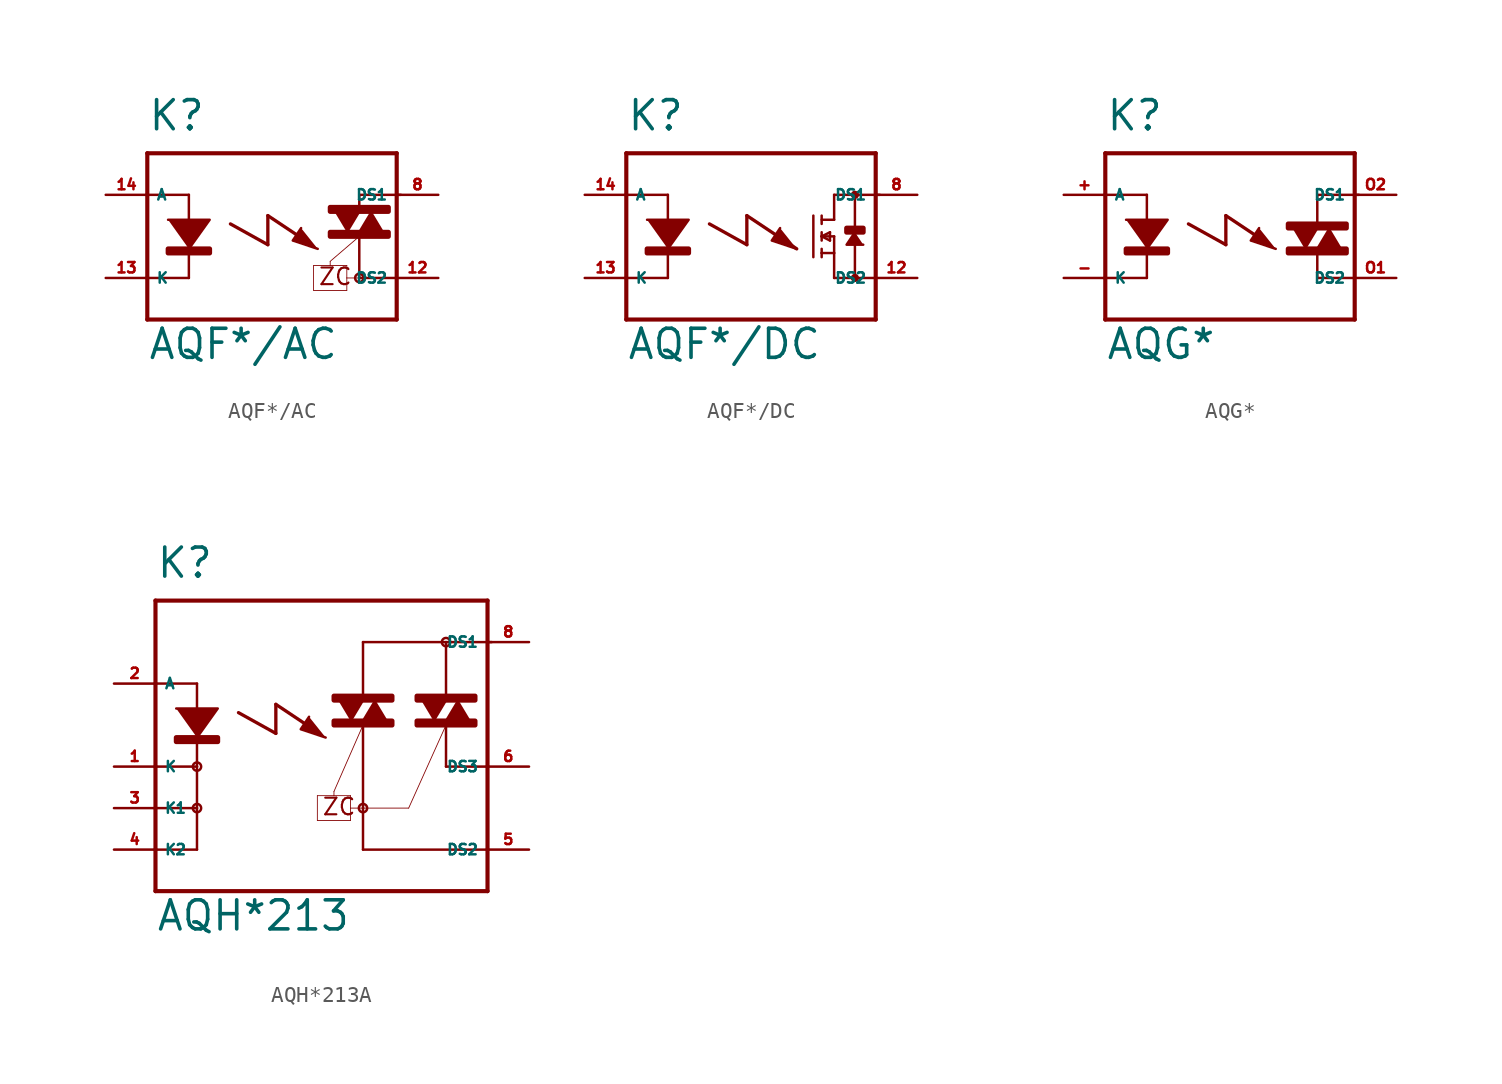
<source format=kicad_sym>
(kicad_symbol_lib
  (version 20220914)
  (generator Eagle2Kicad)
  (symbol "AQF*/AC"
    (property "Reference" "K"
      (at -7.62 6.35 0)
      (effects (font (size 1.778 1.778) (thickness 0.22)) (justify left bottom)))
    (property "Value" "AQF*/AC"
      (at -7.62 -7.62 0)
      (effects (font (size 1.778 1.778) (thickness 0.22)) (justify left bottom)))
    (polyline
      (pts (xy -6.35 1.016) (xy -3.81 1.016) (xy -5.08 -0.762))
      (stroke (width 0.152) (type default))
      (fill (type outline)))
    (polyline
      (pts (xy 6.096 1.524) (xy 5.334 0.254) (xy 6.858 0.254))
      (stroke (width 0.152) (type default))
      (fill (type outline)))
    (polyline
      (pts (xy 1.778 0.508) (xy 1.27 -0.254) (xy 2.794 -0.762))
      (stroke (width 0.152) (type default))
      (fill (type outline)))
    (polyline
      (pts (xy 4.572 0.254) (xy 5.334 1.524) (xy 3.81 1.524))
      (stroke (width 0.152) (type default))
      (fill (type outline)))
    (polyline
      (pts (xy -5.08 2.54) (xy -5.08 -2.54))
      (stroke (width 0.152) (type default))
      (fill (type none)))
    (polyline
      (pts (xy -7.62 5.08) (xy -7.62 2.54))
      (stroke (width 0.254) (type default))
      (fill (type none)))
    (polyline
      (pts (xy -7.62 2.54) (xy -7.62 -2.54))
      (stroke (width 0.254) (type default))
      (fill (type none)))
    (polyline
      (pts (xy -7.62 -2.54) (xy -7.62 -5.08))
      (stroke (width 0.254) (type default))
      (fill (type none)))
    (polyline
      (pts (xy -7.62 -5.08) (xy 7.62 -5.08))
      (stroke (width 0.254) (type default))
      (fill (type none)))
    (polyline
      (pts (xy 5.334 2.54) (xy 7.874 2.54))
      (stroke (width 0.152) (type default))
      (fill (type none)))
    (polyline
      (pts (xy 5.334 -2.54) (xy 7.62 -2.54))
      (stroke (width 0.152) (type default))
      (fill (type none)))
    (polyline
      (pts (xy 7.62 -5.08) (xy 7.62 5.08))
      (stroke (width 0.254) (type default))
      (fill (type none)))
    (polyline
      (pts (xy 7.62 5.08) (xy -7.62 5.08))
      (stroke (width 0.254) (type default))
      (fill (type none)))
    (polyline
      (pts (xy 5.334 2.54) (xy 5.334 1.778))
      (stroke (width 0.152) (type default))
      (fill (type none)))
    (polyline
      (pts (xy 5.334 0) (xy 5.334 -2.54))
      (stroke (width 0.152) (type default))
      (fill (type none)))
    (polyline
      (pts (xy -5.08 2.54) (xy -7.62 2.54))
      (stroke (width 0.152) (type default))
      (fill (type none)))
    (polyline
      (pts (xy -5.08 -2.54) (xy -7.62 -2.54))
      (stroke (width 0.152) (type default))
      (fill (type none)))
    (polyline
      (pts (xy -2.54 0.762) (xy -0.254 -0.508))
      (stroke (width 0.203) (type default))
      (fill (type none)))
    (polyline
      (pts (xy -0.254 -0.508) (xy -0.254 1.27))
      (stroke (width 0.203) (type default))
      (fill (type none)))
    (polyline
      (pts (xy -0.254 1.27) (xy 1.651 0))
      (stroke (width 0.203) (type default))
      (fill (type none)))
    (polyline
      (pts (xy 5.334 0) (xy 3.556 -1.524))
      (stroke (width 0.051) (type default))
      (fill (type none)))
    (polyline
      (pts (xy 3.556 -1.524) (xy 3.556 -1.778))
      (stroke (width 0.051) (type default))
      (fill (type none)))
    (polyline
      (pts (xy 3.556 -1.778) (xy 2.54 -1.778))
      (stroke (width 0.051) (type default))
      (fill (type none)))
    (polyline
      (pts (xy 2.54 -1.778) (xy 2.54 -3.302))
      (stroke (width 0.051) (type default))
      (fill (type none)))
    (polyline
      (pts (xy 2.54 -3.302) (xy 4.572 -3.302))
      (stroke (width 0.051) (type default))
      (fill (type none)))
    (polyline
      (pts (xy 4.572 -3.302) (xy 4.572 -2.54))
      (stroke (width 0.051) (type default))
      (fill (type none)))
    (polyline
      (pts (xy 4.572 -2.54) (xy 4.572 -1.778))
      (stroke (width 0.051) (type default))
      (fill (type none)))
    (polyline
      (pts (xy 4.572 -1.778) (xy 3.556 -1.778))
      (stroke (width 0.051) (type default))
      (fill (type none)))
    (polyline
      (pts (xy 4.572 -2.54) (xy 5.334 -2.54))
      (stroke (width 0.051) (type default))
      (fill (type none)))
    (text "ZC"
      (at 2.794 -3.048 0)
      (effects (font (size 1.016 1.016) (thickness 0.13)) (justify left bottom)))
    (circle
      (center 5.334 -2.54)
      (radius 0.254)
      (stroke (width 0) (type default))
      (fill (type none)))
    (rectangle
      (start -6.35 -1.016)
      (end -3.81 -0.762)
      (stroke (width 0.3) (type default))
      (fill (type outline)))
    (rectangle
      (start 3.556 1.524)
      (end 7.112 1.778)
      (stroke (width 0.3) (type default))
      (fill (type outline)))
    (rectangle
      (start 3.556 0)
      (end 7.112 0.254)
      (stroke (width 0.3) (type default))
      (fill (type outline)))
    (pin passive line
      (at -10.16 2.54 0)
      (length 2.54)
      (name "A" (effects (font (size 0.635 0.635) (thickness 0.08)) (justify left bottom)))
      (number "14" (effects (font (size 0.635 0.635) (thickness 0.08)) (justify left bottom))))
    (pin passive line
      (at -10.16 -2.54 0)
      (length 2.54)
      (name "K" (effects (font (size 0.635 0.635) (thickness 0.08)) (justify left bottom)))
      (number "13" (effects (font (size 0.635 0.635) (thickness 0.08)) (justify left bottom))))
    (pin passive line
      (at 10.16 2.54 180)
      (length 2.54)
      (name "DS1" (effects (font (size 0.635 0.635) (thickness 0.08)) (justify left bottom)))
      (number "8" (effects (font (size 0.635 0.635) (thickness 0.08)) (justify left bottom))))
    (pin passive line
      (at 10.16 -2.54 180)
      (length 2.54)
      (name "DS2" (effects (font (size 0.635 0.635) (thickness 0.08)) (justify left bottom)))
      (number "12" (effects (font (size 0.635 0.635) (thickness 0.08)) (justify left bottom)))))
  (symbol "AQF*/DC"
    (property "Reference" "K"
      (at -7.62 6.35 0)
      (effects (font (size 1.778 1.778) (thickness 0.22)) (justify left bottom)))
    (property "Value" "AQF*/DC"
      (at -7.62 -7.62 0)
      (effects (font (size 1.778 1.778) (thickness 0.22)) (justify left bottom)))
    (polyline
      (pts (xy -6.35 1.016) (xy -3.81 1.016) (xy -5.08 -0.762))
      (stroke (width 0.152) (type default))
      (fill (type outline)))
    (polyline
      (pts (xy 6.35 0.254) (xy 5.842 -0.508) (xy 6.858 -0.508))
      (stroke (width 0.152) (type default))
      (fill (type outline)))
    (polyline
      (pts (xy 1.778 0.508) (xy 1.27 -0.254) (xy 2.794 -0.762))
      (stroke (width 0.152) (type default))
      (fill (type outline)))
    (polyline
      (pts (xy -5.08 2.54) (xy -5.08 -2.54))
      (stroke (width 0.152) (type default))
      (fill (type none)))
    (polyline
      (pts (xy 5.08 2.54) (xy 5.08 1.016))
      (stroke (width 0.152) (type default))
      (fill (type none)))
    (polyline
      (pts (xy 5.08 1.016) (xy 4.318 1.016))
      (stroke (width 0.152) (type default))
      (fill (type none)))
    (polyline
      (pts (xy 4.318 1.27) (xy 4.318 0.762))
      (stroke (width 0.152) (type default))
      (fill (type none)))
    (polyline
      (pts (xy 4.318 0.254) (xy 4.318 0))
      (stroke (width 0.152) (type default))
      (fill (type none)))
    (polyline
      (pts (xy 4.318 0) (xy 4.318 -0.254))
      (stroke (width 0.152) (type default))
      (fill (type none)))
    (polyline
      (pts (xy 4.318 -0.762) (xy 4.318 -1.016))
      (stroke (width 0.152) (type default))
      (fill (type none)))
    (polyline
      (pts (xy 4.318 -1.016) (xy 4.318 -1.27))
      (stroke (width 0.152) (type default))
      (fill (type none)))
    (polyline
      (pts (xy 4.318 0) (xy 5.08 0))
      (stroke (width 0.152) (type default))
      (fill (type none)))
    (polyline
      (pts (xy 4.826 0.254) (xy 4.318 0))
      (stroke (width 0.152) (type default))
      (fill (type none)))
    (polyline
      (pts (xy 4.318 0) (xy 4.826 -0.254))
      (stroke (width 0.152) (type default))
      (fill (type none)))
    (polyline
      (pts (xy 4.826 -0.254) (xy 4.826 0.254))
      (stroke (width 0.152) (type default))
      (fill (type none)))
    (polyline
      (pts (xy 4.318 -1.016) (xy 5.08 -1.016))
      (stroke (width 0.152) (type default))
      (fill (type none)))
    (polyline
      (pts (xy 5.08 -1.016) (xy 5.08 0))
      (stroke (width 0.152) (type default))
      (fill (type none)))
    (polyline
      (pts (xy 3.81 1.27) (xy 3.81 -1.27))
      (stroke (width 0.152) (type default))
      (fill (type none)))
    (polyline
      (pts (xy 5.08 -1.016) (xy 5.08 -2.54))
      (stroke (width 0.152) (type default))
      (fill (type none)))
    (polyline
      (pts (xy -7.62 5.08) (xy -7.62 2.54))
      (stroke (width 0.254) (type default))
      (fill (type none)))
    (polyline
      (pts (xy -7.62 2.54) (xy -7.62 -2.54))
      (stroke (width 0.254) (type default))
      (fill (type none)))
    (polyline
      (pts (xy -7.62 -2.54) (xy -7.62 -5.08))
      (stroke (width 0.254) (type default))
      (fill (type none)))
    (polyline
      (pts (xy -7.62 -5.08) (xy 7.62 -5.08))
      (stroke (width 0.254) (type default))
      (fill (type none)))
    (polyline
      (pts (xy 5.08 2.54) (xy 6.35 2.54))
      (stroke (width 0.152) (type default))
      (fill (type none)))
    (polyline
      (pts (xy 6.35 2.54) (xy 7.874 2.54))
      (stroke (width 0.152) (type default))
      (fill (type none)))
    (polyline
      (pts (xy 5.08 -2.54) (xy 6.35 -2.54))
      (stroke (width 0.152) (type default))
      (fill (type none)))
    (polyline
      (pts (xy 6.35 -2.54) (xy 7.62 -2.54))
      (stroke (width 0.152) (type default))
      (fill (type none)))
    (polyline
      (pts (xy 7.62 -5.08) (xy 7.62 5.08))
      (stroke (width 0.254) (type default))
      (fill (type none)))
    (polyline
      (pts (xy 7.62 5.08) (xy -7.62 5.08))
      (stroke (width 0.254) (type default))
      (fill (type none)))
    (polyline
      (pts (xy 6.35 2.54) (xy 6.35 -2.54))
      (stroke (width 0.152) (type default))
      (fill (type none)))
    (polyline
      (pts (xy -5.08 2.54) (xy -7.62 2.54))
      (stroke (width 0.152) (type default))
      (fill (type none)))
    (polyline
      (pts (xy -5.08 -2.54) (xy -7.62 -2.54))
      (stroke (width 0.152) (type default))
      (fill (type none)))
    (polyline
      (pts (xy -2.54 0.762) (xy -0.254 -0.508))
      (stroke (width 0.203) (type default))
      (fill (type none)))
    (polyline
      (pts (xy -0.254 -0.508) (xy -0.254 1.27))
      (stroke (width 0.203) (type default))
      (fill (type none)))
    (polyline
      (pts (xy -0.254 1.27) (xy 2.794 -0.762))
      (stroke (width 0.203) (type default))
      (fill (type none)))
    (circle
      (center 6.35 2.54)
      (radius 0.127)
      (stroke (width 0.254) (type default))
      (fill (type none)))
    (circle
      (center 6.35 -2.54)
      (radius 0.127)
      (stroke (width 0.254) (type default))
      (fill (type none)))
    (rectangle
      (start 5.842 0.254)
      (end 6.858 0.508)
      (stroke (width 0.3) (type default))
      (fill (type outline)))
    (rectangle
      (start -6.35 -1.016)
      (end -3.81 -0.762)
      (stroke (width 0.3) (type default))
      (fill (type outline)))
    (pin passive line
      (at -10.16 2.54 0)
      (length 2.54)
      (name "A" (effects (font (size 0.635 0.635) (thickness 0.08)) (justify left bottom)))
      (number "14" (effects (font (size 0.635 0.635) (thickness 0.08)) (justify left bottom))))
    (pin passive line
      (at -10.16 -2.54 0)
      (length 2.54)
      (name "K" (effects (font (size 0.635 0.635) (thickness 0.08)) (justify left bottom)))
      (number "13" (effects (font (size 0.635 0.635) (thickness 0.08)) (justify left bottom))))
    (pin passive line
      (at 10.16 2.54 180)
      (length 2.54)
      (name "DS1" (effects (font (size 0.635 0.635) (thickness 0.08)) (justify left bottom)))
      (number "8" (effects (font (size 0.635 0.635) (thickness 0.08)) (justify left bottom))))
    (pin passive line
      (at 10.16 -2.54 180)
      (length 2.54)
      (name "DS2" (effects (font (size 0.635 0.635) (thickness 0.08)) (justify left bottom)))
      (number "12" (effects (font (size 0.635 0.635) (thickness 0.08)) (justify left bottom)))))
  (symbol "AQG*"
    (property "Reference" "K"
      (at -7.62 6.35 0)
      (effects (font (size 1.778 1.778) (thickness 0.22)) (justify left bottom)))
    (property "Value" "AQG*"
      (at -7.62 -7.62 0)
      (effects (font (size 1.778 1.778) (thickness 0.22)) (justify left bottom)))
    (polyline
      (pts (xy -6.35 1.016) (xy -3.81 1.016) (xy -5.08 -0.762))
      (stroke (width 0.152) (type default))
      (fill (type outline)))
    (polyline
      (pts (xy 6.096 0.508) (xy 5.334 -0.762) (xy 6.858 -0.762))
      (stroke (width 0.152) (type default))
      (fill (type outline)))
    (polyline
      (pts (xy 1.778 0.508) (xy 1.27 -0.254) (xy 2.794 -0.762))
      (stroke (width 0.152) (type default))
      (fill (type outline)))
    (polyline
      (pts (xy 4.572 -0.762) (xy 5.334 0.508) (xy 3.81 0.508))
      (stroke (width 0.152) (type default))
      (fill (type outline)))
    (polyline
      (pts (xy -5.08 2.54) (xy -5.08 -2.54))
      (stroke (width 0.152) (type default))
      (fill (type none)))
    (polyline
      (pts (xy -7.62 5.08) (xy -7.62 2.54))
      (stroke (width 0.254) (type default))
      (fill (type none)))
    (polyline
      (pts (xy -7.62 2.54) (xy -7.62 -2.54))
      (stroke (width 0.254) (type default))
      (fill (type none)))
    (polyline
      (pts (xy -7.62 -2.54) (xy -7.62 -5.08))
      (stroke (width 0.254) (type default))
      (fill (type none)))
    (polyline
      (pts (xy -7.62 -5.08) (xy 7.62 -5.08))
      (stroke (width 0.254) (type default))
      (fill (type none)))
    (polyline
      (pts (xy 5.334 2.54) (xy 7.874 2.54))
      (stroke (width 0.152) (type default))
      (fill (type none)))
    (polyline
      (pts (xy 5.334 -2.54) (xy 7.62 -2.54))
      (stroke (width 0.152) (type default))
      (fill (type none)))
    (polyline
      (pts (xy 7.62 -5.08) (xy 7.62 5.08))
      (stroke (width 0.254) (type default))
      (fill (type none)))
    (polyline
      (pts (xy 7.62 5.08) (xy -7.62 5.08))
      (stroke (width 0.254) (type default))
      (fill (type none)))
    (polyline
      (pts (xy 5.334 2.54) (xy 5.334 0.762))
      (stroke (width 0.152) (type default))
      (fill (type none)))
    (polyline
      (pts (xy 5.334 -1.016) (xy 5.334 -2.54))
      (stroke (width 0.152) (type default))
      (fill (type none)))
    (polyline
      (pts (xy -5.08 2.54) (xy -7.62 2.54))
      (stroke (width 0.152) (type default))
      (fill (type none)))
    (polyline
      (pts (xy -5.08 -2.54) (xy -7.62 -2.54))
      (stroke (width 0.152) (type default))
      (fill (type none)))
    (polyline
      (pts (xy -2.54 0.762) (xy -0.254 -0.508))
      (stroke (width 0.203) (type default))
      (fill (type none)))
    (polyline
      (pts (xy -0.254 -0.508) (xy -0.254 1.27))
      (stroke (width 0.203) (type default))
      (fill (type none)))
    (polyline
      (pts (xy -0.254 1.27) (xy 1.651 0))
      (stroke (width 0.203) (type default))
      (fill (type none)))
    (rectangle
      (start -6.35 -1.016)
      (end -3.81 -0.762)
      (stroke (width 0.3) (type default))
      (fill (type outline)))
    (rectangle
      (start 3.556 0.508)
      (end 7.112 0.762)
      (stroke (width 0.3) (type default))
      (fill (type outline)))
    (rectangle
      (start 3.556 -1.016)
      (end 7.112 -0.762)
      (stroke (width 0.3) (type default))
      (fill (type outline)))
    (pin passive line
      (at -10.16 2.54 0)
      (length 2.54)
      (name "A" (effects (font (size 0.635 0.635) (thickness 0.08)) (justify left bottom)))
      (number "+" (effects (font (size 0.635 0.635) (thickness 0.08)) (justify left bottom))))
    (pin passive line
      (at -10.16 -2.54 0)
      (length 2.54)
      (name "K" (effects (font (size 0.635 0.635) (thickness 0.08)) (justify left bottom)))
      (number "-" (effects (font (size 0.635 0.635) (thickness 0.08)) (justify left bottom))))
    (pin passive line
      (at 10.16 2.54 180)
      (length 2.54)
      (name "DS1" (effects (font (size 0.635 0.635) (thickness 0.08)) (justify left bottom)))
      (number "O2" (effects (font (size 0.635 0.635) (thickness 0.08)) (justify left bottom))))
    (pin passive line
      (at 10.16 -2.54 180)
      (length 2.54)
      (name "DS2" (effects (font (size 0.635 0.635) (thickness 0.08)) (justify left bottom)))
      (number "O1" (effects (font (size 0.635 0.635) (thickness 0.08)) (justify left bottom)))))
  (symbol "AQH*213A"
    (property "Reference" "K"
      (at -10.16 11.43 0)
      (effects (font (size 1.778 1.778) (thickness 0.22)) (justify left bottom)))
    (property "Value" "AQH*213"
      (at -10.16 -10.16 0)
      (effects (font (size 1.778 1.778) (thickness 0.22)) (justify left bottom)))
    (polyline
      (pts (xy -8.89 3.556) (xy -6.35 3.556) (xy -7.62 1.778))
      (stroke (width 0.152) (type default))
      (fill (type outline)))
    (polyline
      (pts (xy 3.302 4.064) (xy 2.54 2.794) (xy 4.064 2.794))
      (stroke (width 0.152) (type default))
      (fill (type outline)))
    (polyline
      (pts (xy -0.762 3.048) (xy -1.27 2.286) (xy 0.254 1.778))
      (stroke (width 0.152) (type default))
      (fill (type outline)))
    (polyline
      (pts (xy 1.778 2.794) (xy 2.54 4.064) (xy 1.016 4.064))
      (stroke (width 0.152) (type default))
      (fill (type outline)))
    (polyline
      (pts (xy 8.382 4.064) (xy 7.62 2.794) (xy 9.144 2.794))
      (stroke (width 0.152) (type default))
      (fill (type outline)))
    (polyline
      (pts (xy 6.858 2.794) (xy 7.62 4.064) (xy 6.096 4.064))
      (stroke (width 0.152) (type default))
      (fill (type outline)))
    (polyline
      (pts (xy -7.62 5.08) (xy -7.62 0))
      (stroke (width 0.152) (type default))
      (fill (type none)))
    (polyline
      (pts (xy -10.16 10.16) (xy -10.16 5.08))
      (stroke (width 0.254) (type default))
      (fill (type none)))
    (polyline
      (pts (xy -10.16 5.08) (xy -10.16 0))
      (stroke (width 0.254) (type default))
      (fill (type none)))
    (polyline
      (pts (xy -10.16 0) (xy -10.16 -2.54))
      (stroke (width 0.254) (type default))
      (fill (type none)))
    (polyline
      (pts (xy -10.16 -2.54) (xy -10.16 -5.08))
      (stroke (width 0.254) (type default))
      (fill (type none)))
    (polyline
      (pts (xy -10.16 -5.08) (xy -10.16 -7.62))
      (stroke (width 0.254) (type default))
      (fill (type none)))
    (polyline
      (pts (xy -10.16 -7.62) (xy 10.16 -7.62))
      (stroke (width 0.254) (type default))
      (fill (type none)))
    (polyline
      (pts (xy 2.54 7.62) (xy 10.414 7.62))
      (stroke (width 0.152) (type default))
      (fill (type none)))
    (polyline
      (pts (xy 2.54 -2.54) (xy 2.54 -5.08))
      (stroke (width 0.152) (type default))
      (fill (type none)))
    (polyline
      (pts (xy 2.54 -5.08) (xy 10.16 -5.08))
      (stroke (width 0.152) (type default))
      (fill (type none)))
    (polyline
      (pts (xy 10.16 -7.62) (xy 10.16 -5.08))
      (stroke (width 0.254) (type default))
      (fill (type none)))
    (polyline
      (pts (xy 10.16 -5.08) (xy 10.16 0))
      (stroke (width 0.254) (type default))
      (fill (type none)))
    (polyline
      (pts (xy 10.16 0) (xy 10.16 10.16))
      (stroke (width 0.254) (type default))
      (fill (type none)))
    (polyline
      (pts (xy 10.16 10.16) (xy -10.16 10.16))
      (stroke (width 0.254) (type default))
      (fill (type none)))
    (polyline
      (pts (xy 2.54 7.62) (xy 2.54 4.318))
      (stroke (width 0.152) (type default))
      (fill (type none)))
    (polyline
      (pts (xy 2.54 2.54) (xy 2.54 -2.54))
      (stroke (width 0.152) (type default))
      (fill (type none)))
    (polyline
      (pts (xy -7.62 5.08) (xy -10.16 5.08))
      (stroke (width 0.152) (type default))
      (fill (type none)))
    (polyline
      (pts (xy -7.62 0) (xy -10.16 0))
      (stroke (width 0.152) (type default))
      (fill (type none)))
    (polyline
      (pts (xy -5.08 3.302) (xy -2.794 2.032))
      (stroke (width 0.203) (type default))
      (fill (type none)))
    (polyline
      (pts (xy -2.794 2.032) (xy -2.794 3.81))
      (stroke (width 0.203) (type default))
      (fill (type none)))
    (polyline
      (pts (xy -2.794 3.81) (xy -0.889 2.54))
      (stroke (width 0.203) (type default))
      (fill (type none)))
    (polyline
      (pts (xy 2.54 2.54) (xy 0.762 -1.524))
      (stroke (width 0.051) (type default))
      (fill (type none)))
    (polyline
      (pts (xy 0.762 -1.524) (xy 0.762 -1.778))
      (stroke (width 0.051) (type default))
      (fill (type none)))
    (polyline
      (pts (xy 0.762 -1.778) (xy -0.254 -1.778))
      (stroke (width 0.051) (type default))
      (fill (type none)))
    (polyline
      (pts (xy -0.254 -1.778) (xy -0.254 -3.302))
      (stroke (width 0.051) (type default))
      (fill (type none)))
    (polyline
      (pts (xy -0.254 -3.302) (xy 1.778 -3.302))
      (stroke (width 0.051) (type default))
      (fill (type none)))
    (polyline
      (pts (xy 1.778 -3.302) (xy 1.778 -2.54))
      (stroke (width 0.051) (type default))
      (fill (type none)))
    (polyline
      (pts (xy 1.778 -2.54) (xy 1.778 -1.778))
      (stroke (width 0.051) (type default))
      (fill (type none)))
    (polyline
      (pts (xy 1.778 -1.778) (xy 0.762 -1.778))
      (stroke (width 0.051) (type default))
      (fill (type none)))
    (polyline
      (pts (xy 1.778 -2.54) (xy 2.54 -2.54))
      (stroke (width 0.051) (type default))
      (fill (type none)))
    (polyline
      (pts (xy 7.62 7.62) (xy 7.62 4.318))
      (stroke (width 0.152) (type default))
      (fill (type none)))
    (polyline
      (pts (xy 7.62 2.54) (xy 7.62 0))
      (stroke (width 0.152) (type default))
      (fill (type none)))
    (polyline
      (pts (xy 7.62 0) (xy 10.16 0))
      (stroke (width 0.152) (type default))
      (fill (type none)))
    (polyline
      (pts (xy 7.62 2.54) (xy 5.334 -2.54))
      (stroke (width 0.051) (type default))
      (fill (type none)))
    (polyline
      (pts (xy 2.54 -2.54) (xy 5.334 -2.54))
      (stroke (width 0.051) (type default))
      (fill (type none)))
    (polyline
      (pts (xy -7.62 -2.54) (xy -10.16 -2.54))
      (stroke (width 0.152) (type default))
      (fill (type none)))
    (polyline
      (pts (xy -7.62 -5.08) (xy -10.16 -5.08))
      (stroke (width 0.152) (type default))
      (fill (type none)))
    (polyline
      (pts (xy -7.62 0) (xy -7.62 -2.54))
      (stroke (width 0.152) (type default))
      (fill (type none)))
    (polyline
      (pts (xy -7.62 -2.54) (xy -7.62 -5.08))
      (stroke (width 0.152) (type default))
      (fill (type none)))
    (text "ZC"
      (at 0 -3.048 0)
      (effects (font (size 1.016 1.016) (thickness 0.13)) (justify left bottom)))
    (circle
      (center 2.54 -2.54)
      (radius 0.254)
      (stroke (width 0) (type default))
      (fill (type none)))
    (circle
      (center 7.62 7.62)
      (radius 0.254)
      (stroke (width 0) (type default))
      (fill (type none)))
    (circle
      (center -7.62 0)
      (radius 0.254)
      (stroke (width 0) (type default))
      (fill (type none)))
    (circle
      (center -7.62 -2.54)
      (radius 0.254)
      (stroke (width 0) (type default))
      (fill (type none)))
    (rectangle
      (start -8.89 1.524)
      (end -6.35 1.778)
      (stroke (width 0.3) (type default))
      (fill (type outline)))
    (rectangle
      (start 0.762 4.064)
      (end 4.318 4.318)
      (stroke (width 0.3) (type default))
      (fill (type outline)))
    (rectangle
      (start 0.762 2.54)
      (end 4.318 2.794)
      (stroke (width 0.3) (type default))
      (fill (type outline)))
    (rectangle
      (start 5.842 4.064)
      (end 9.398 4.318)
      (stroke (width 0.3) (type default))
      (fill (type outline)))
    (rectangle
      (start 5.842 2.54)
      (end 9.398 2.794)
      (stroke (width 0.3) (type default))
      (fill (type outline)))
    (pin passive line
      (at -12.7 5.08 0)
      (length 2.54)
      (name "A" (effects (font (size 0.635 0.635) (thickness 0.08)) (justify left bottom)))
      (number "2" (effects (font (size 0.635 0.635) (thickness 0.08)) (justify left bottom))))
    (pin passive line
      (at -12.7 0 0)
      (length 2.54)
      (name "K" (effects (font (size 0.635 0.635) (thickness 0.08)) (justify left bottom)))
      (number "1" (effects (font (size 0.635 0.635) (thickness 0.08)) (justify left bottom))))
    (pin passive line
      (at 12.7 7.62 180)
      (length 2.54)
      (name "DS1" (effects (font (size 0.635 0.635) (thickness 0.08)) (justify left bottom)))
      (number "8" (effects (font (size 0.635 0.635) (thickness 0.08)) (justify left bottom))))
    (pin passive line
      (at 12.7 -5.08 180)
      (length 2.54)
      (name "DS2" (effects (font (size 0.635 0.635) (thickness 0.08)) (justify left bottom)))
      (number "5" (effects (font (size 0.635 0.635) (thickness 0.08)) (justify left bottom))))
    (pin passive line
      (at 12.7 0 180)
      (length 2.54)
      (name "DS3" (effects (font (size 0.635 0.635) (thickness 0.08)) (justify left bottom)))
      (number "6" (effects (font (size 0.635 0.635) (thickness 0.08)) (justify left bottom))))
    (pin passive line
      (at -12.7 -2.54 0)
      (length 2.54)
      (name "K1" (effects (font (size 0.635 0.635) (thickness 0.08)) (justify left bottom)))
      (number "3" (effects (font (size 0.635 0.635) (thickness 0.08)) (justify left bottom))))
    (pin passive line
      (at -12.7 -5.08 0)
      (length 2.54)
      (name "K2" (effects (font (size 0.635 0.635) (thickness 0.08)) (justify left bottom)))
      (number "4" (effects (font (size 0.635 0.635) (thickness 0.08)) (justify left bottom))))))
</source>
